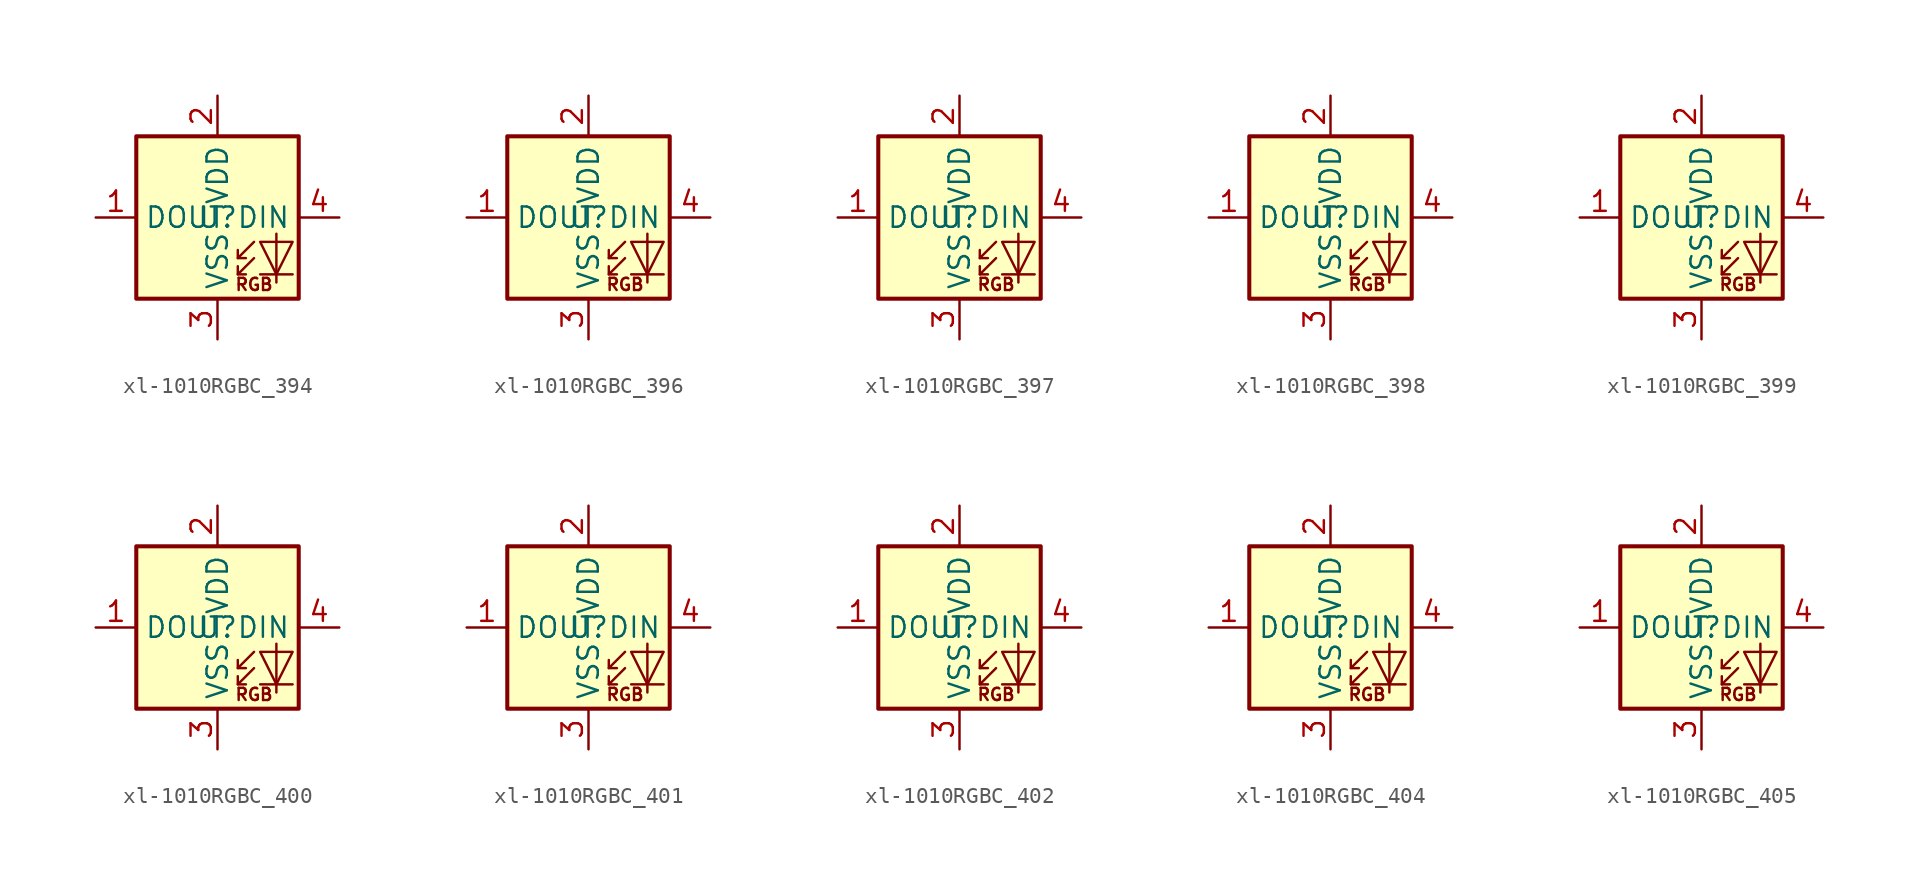
<source format=kicad_sym>
(kicad_symbol_lib
  (version 20231120)
  (generator "kicad_symbol_editor")
  (generator_version "8.0")
  (symbol "xl-1010RGBC_394"
    (property "Reference" "U"
      (at 0 0 0)
      (effects (font (size 1.27 1.27))))
    (property "Value" ""
      (at 0 0 0)
      (effects (font (size 1.27 1.27))))
    (symbol "xl-1010RGBC_394_0_0"
      (text "RGB" (at 2.286 -4.191 0) (effects (font (size 0.762 0.762)))))
    (symbol "xl-1010RGBC_394_0_1"
      (polyline (pts (xy 1.27 -3.556) (xy 1.778 -3.556)) (stroke (width 0) (type default)) (fill (type none)))
      (polyline (pts (xy 1.27 -2.54) (xy 1.778 -2.54)) (stroke (width 0) (type default)) (fill (type none)))
      (polyline (pts (xy 4.699 -3.556) (xy 2.667 -3.556)) (stroke (width 0) (type default)) (fill (type none)))
      (polyline (pts (xy 2.286 -2.54) (xy 1.27 -3.556) (xy 1.27 -3.048)) (stroke (width 0) (type default)) (fill (type none)))
      (polyline (pts (xy 2.286 -1.524) (xy 1.27 -2.54) (xy 1.27 -2.032)) (stroke (width 0) (type default)) (fill (type none)))
      (polyline (pts (xy 3.683 -1.016) (xy 3.683 -3.556) (xy 3.683 -4.064)) (stroke (width 0) (type default)) (fill (type none)))
      (polyline (pts (xy 4.699 -1.524) (xy 2.667 -1.524) (xy 3.683 -3.556) (xy 4.699 -1.524)) (stroke (width 0) (type default)) (fill (type none)))
      (rectangle (start 5.08 5.08) (end -5.08 -5.08) (stroke (width 0.254) (type default)) (fill (type background))))
    (symbol "xl-1010RGBC_394_1_1"
      (pin output line (at -7.62 0 0) (length 2.54) (name "DOUT" (effects (font (size 1.27 1.27)))) (number "1" (effects (font (size 1.27 1.27)))))
      (pin power_in line (at 0 7.62 270) (length 2.54) (name "VDD" (effects (font (size 1.27 1.27)))) (number "2" (effects (font (size 1.27 1.27)))))
      (pin power_in line (at 0 -7.62 90) (length 2.54) (name "VSS" (effects (font (size 1.27 1.27)))) (number "3" (effects (font (size 1.27 1.27)))))
      (pin input line (at 7.62 0 180) (length 2.54) (name "DIN" (effects (font (size 1.27 1.27)))) (number "4" (effects (font (size 1.27 1.27)))))))
  (symbol "xl-1010RGBC_396"
    (property "Reference" "U"
      (at 0 0 0)
      (effects (font (size 1.27 1.27))))
    (property "Value" ""
      (at 0 0 0)
      (effects (font (size 1.27 1.27))))
    (symbol "xl-1010RGBC_396_0_0"
      (text "RGB" (at 2.286 -4.191 0) (effects (font (size 0.762 0.762)))))
    (symbol "xl-1010RGBC_396_0_1"
      (polyline (pts (xy 1.27 -3.556) (xy 1.778 -3.556)) (stroke (width 0) (type default)) (fill (type none)))
      (polyline (pts (xy 1.27 -2.54) (xy 1.778 -2.54)) (stroke (width 0) (type default)) (fill (type none)))
      (polyline (pts (xy 4.699 -3.556) (xy 2.667 -3.556)) (stroke (width 0) (type default)) (fill (type none)))
      (polyline (pts (xy 2.286 -2.54) (xy 1.27 -3.556) (xy 1.27 -3.048)) (stroke (width 0) (type default)) (fill (type none)))
      (polyline (pts (xy 2.286 -1.524) (xy 1.27 -2.54) (xy 1.27 -2.032)) (stroke (width 0) (type default)) (fill (type none)))
      (polyline (pts (xy 3.683 -1.016) (xy 3.683 -3.556) (xy 3.683 -4.064)) (stroke (width 0) (type default)) (fill (type none)))
      (polyline (pts (xy 4.699 -1.524) (xy 2.667 -1.524) (xy 3.683 -3.556) (xy 4.699 -1.524)) (stroke (width 0) (type default)) (fill (type none)))
      (rectangle (start 5.08 5.08) (end -5.08 -5.08) (stroke (width 0.254) (type default)) (fill (type background))))
    (symbol "xl-1010RGBC_396_1_1"
      (pin output line (at -7.62 0 0) (length 2.54) (name "DOUT" (effects (font (size 1.27 1.27)))) (number "1" (effects (font (size 1.27 1.27)))))
      (pin power_in line (at 0 7.62 270) (length 2.54) (name "VDD" (effects (font (size 1.27 1.27)))) (number "2" (effects (font (size 1.27 1.27)))))
      (pin power_in line (at 0 -7.62 90) (length 2.54) (name "VSS" (effects (font (size 1.27 1.27)))) (number "3" (effects (font (size 1.27 1.27)))))
      (pin input line (at 7.62 0 180) (length 2.54) (name "DIN" (effects (font (size 1.27 1.27)))) (number "4" (effects (font (size 1.27 1.27)))))))
  (symbol "xl-1010RGBC_397"
    (property "Reference" "U"
      (at 0 0 0)
      (effects (font (size 1.27 1.27))))
    (property "Value" ""
      (at 0 0 0)
      (effects (font (size 1.27 1.27))))
    (symbol "xl-1010RGBC_397_0_0"
      (text "RGB" (at 2.286 -4.191 0) (effects (font (size 0.762 0.762)))))
    (symbol "xl-1010RGBC_397_0_1"
      (polyline (pts (xy 1.27 -3.556) (xy 1.778 -3.556)) (stroke (width 0) (type default)) (fill (type none)))
      (polyline (pts (xy 1.27 -2.54) (xy 1.778 -2.54)) (stroke (width 0) (type default)) (fill (type none)))
      (polyline (pts (xy 4.699 -3.556) (xy 2.667 -3.556)) (stroke (width 0) (type default)) (fill (type none)))
      (polyline (pts (xy 2.286 -2.54) (xy 1.27 -3.556) (xy 1.27 -3.048)) (stroke (width 0) (type default)) (fill (type none)))
      (polyline (pts (xy 2.286 -1.524) (xy 1.27 -2.54) (xy 1.27 -2.032)) (stroke (width 0) (type default)) (fill (type none)))
      (polyline (pts (xy 3.683 -1.016) (xy 3.683 -3.556) (xy 3.683 -4.064)) (stroke (width 0) (type default)) (fill (type none)))
      (polyline (pts (xy 4.699 -1.524) (xy 2.667 -1.524) (xy 3.683 -3.556) (xy 4.699 -1.524)) (stroke (width 0) (type default)) (fill (type none)))
      (rectangle (start 5.08 5.08) (end -5.08 -5.08) (stroke (width 0.254) (type default)) (fill (type background))))
    (symbol "xl-1010RGBC_397_1_1"
      (pin output line (at -7.62 0 0) (length 2.54) (name "DOUT" (effects (font (size 1.27 1.27)))) (number "1" (effects (font (size 1.27 1.27)))))
      (pin power_in line (at 0 7.62 270) (length 2.54) (name "VDD" (effects (font (size 1.27 1.27)))) (number "2" (effects (font (size 1.27 1.27)))))
      (pin power_in line (at 0 -7.62 90) (length 2.54) (name "VSS" (effects (font (size 1.27 1.27)))) (number "3" (effects (font (size 1.27 1.27)))))
      (pin input line (at 7.62 0 180) (length 2.54) (name "DIN" (effects (font (size 1.27 1.27)))) (number "4" (effects (font (size 1.27 1.27)))))))
  (symbol "xl-1010RGBC_398"
    (property "Reference" "U"
      (at 0 0 0)
      (effects (font (size 1.27 1.27))))
    (property "Value" ""
      (at 0 0 0)
      (effects (font (size 1.27 1.27))))
    (symbol "xl-1010RGBC_398_0_0"
      (text "RGB" (at 2.286 -4.191 0) (effects (font (size 0.762 0.762)))))
    (symbol "xl-1010RGBC_398_0_1"
      (polyline (pts (xy 1.27 -3.556) (xy 1.778 -3.556)) (stroke (width 0) (type default)) (fill (type none)))
      (polyline (pts (xy 1.27 -2.54) (xy 1.778 -2.54)) (stroke (width 0) (type default)) (fill (type none)))
      (polyline (pts (xy 4.699 -3.556) (xy 2.667 -3.556)) (stroke (width 0) (type default)) (fill (type none)))
      (polyline (pts (xy 2.286 -2.54) (xy 1.27 -3.556) (xy 1.27 -3.048)) (stroke (width 0) (type default)) (fill (type none)))
      (polyline (pts (xy 2.286 -1.524) (xy 1.27 -2.54) (xy 1.27 -2.032)) (stroke (width 0) (type default)) (fill (type none)))
      (polyline (pts (xy 3.683 -1.016) (xy 3.683 -3.556) (xy 3.683 -4.064)) (stroke (width 0) (type default)) (fill (type none)))
      (polyline (pts (xy 4.699 -1.524) (xy 2.667 -1.524) (xy 3.683 -3.556) (xy 4.699 -1.524)) (stroke (width 0) (type default)) (fill (type none)))
      (rectangle (start 5.08 5.08) (end -5.08 -5.08) (stroke (width 0.254) (type default)) (fill (type background))))
    (symbol "xl-1010RGBC_398_1_1"
      (pin output line (at -7.62 0 0) (length 2.54) (name "DOUT" (effects (font (size 1.27 1.27)))) (number "1" (effects (font (size 1.27 1.27)))))
      (pin power_in line (at 0 7.62 270) (length 2.54) (name "VDD" (effects (font (size 1.27 1.27)))) (number "2" (effects (font (size 1.27 1.27)))))
      (pin power_in line (at 0 -7.62 90) (length 2.54) (name "VSS" (effects (font (size 1.27 1.27)))) (number "3" (effects (font (size 1.27 1.27)))))
      (pin input line (at 7.62 0 180) (length 2.54) (name "DIN" (effects (font (size 1.27 1.27)))) (number "4" (effects (font (size 1.27 1.27)))))))
  (symbol "xl-1010RGBC_399"
    (property "Reference" "U"
      (at 0 0 0)
      (effects (font (size 1.27 1.27))))
    (property "Value" ""
      (at 0 0 0)
      (effects (font (size 1.27 1.27))))
    (symbol "xl-1010RGBC_399_0_0"
      (text "RGB" (at 2.286 -4.191 0) (effects (font (size 0.762 0.762)))))
    (symbol "xl-1010RGBC_399_0_1"
      (polyline (pts (xy 1.27 -3.556) (xy 1.778 -3.556)) (stroke (width 0) (type default)) (fill (type none)))
      (polyline (pts (xy 1.27 -2.54) (xy 1.778 -2.54)) (stroke (width 0) (type default)) (fill (type none)))
      (polyline (pts (xy 4.699 -3.556) (xy 2.667 -3.556)) (stroke (width 0) (type default)) (fill (type none)))
      (polyline (pts (xy 2.286 -2.54) (xy 1.27 -3.556) (xy 1.27 -3.048)) (stroke (width 0) (type default)) (fill (type none)))
      (polyline (pts (xy 2.286 -1.524) (xy 1.27 -2.54) (xy 1.27 -2.032)) (stroke (width 0) (type default)) (fill (type none)))
      (polyline (pts (xy 3.683 -1.016) (xy 3.683 -3.556) (xy 3.683 -4.064)) (stroke (width 0) (type default)) (fill (type none)))
      (polyline (pts (xy 4.699 -1.524) (xy 2.667 -1.524) (xy 3.683 -3.556) (xy 4.699 -1.524)) (stroke (width 0) (type default)) (fill (type none)))
      (rectangle (start 5.08 5.08) (end -5.08 -5.08) (stroke (width 0.254) (type default)) (fill (type background))))
    (symbol "xl-1010RGBC_399_1_1"
      (pin output line (at -7.62 0 0) (length 2.54) (name "DOUT" (effects (font (size 1.27 1.27)))) (number "1" (effects (font (size 1.27 1.27)))))
      (pin power_in line (at 0 7.62 270) (length 2.54) (name "VDD" (effects (font (size 1.27 1.27)))) (number "2" (effects (font (size 1.27 1.27)))))
      (pin power_in line (at 0 -7.62 90) (length 2.54) (name "VSS" (effects (font (size 1.27 1.27)))) (number "3" (effects (font (size 1.27 1.27)))))
      (pin input line (at 7.62 0 180) (length 2.54) (name "DIN" (effects (font (size 1.27 1.27)))) (number "4" (effects (font (size 1.27 1.27)))))))
  (symbol "xl-1010RGBC_400"
    (property "Reference" "U"
      (at 0 0 0)
      (effects (font (size 1.27 1.27))))
    (property "Value" ""
      (at 0 0 0)
      (effects (font (size 1.27 1.27))))
    (symbol "xl-1010RGBC_400_0_0"
      (text "RGB" (at 2.286 -4.191 0) (effects (font (size 0.762 0.762)))))
    (symbol "xl-1010RGBC_400_0_1"
      (polyline (pts (xy 1.27 -3.556) (xy 1.778 -3.556)) (stroke (width 0) (type default)) (fill (type none)))
      (polyline (pts (xy 1.27 -2.54) (xy 1.778 -2.54)) (stroke (width 0) (type default)) (fill (type none)))
      (polyline (pts (xy 4.699 -3.556) (xy 2.667 -3.556)) (stroke (width 0) (type default)) (fill (type none)))
      (polyline (pts (xy 2.286 -2.54) (xy 1.27 -3.556) (xy 1.27 -3.048)) (stroke (width 0) (type default)) (fill (type none)))
      (polyline (pts (xy 2.286 -1.524) (xy 1.27 -2.54) (xy 1.27 -2.032)) (stroke (width 0) (type default)) (fill (type none)))
      (polyline (pts (xy 3.683 -1.016) (xy 3.683 -3.556) (xy 3.683 -4.064)) (stroke (width 0) (type default)) (fill (type none)))
      (polyline (pts (xy 4.699 -1.524) (xy 2.667 -1.524) (xy 3.683 -3.556) (xy 4.699 -1.524)) (stroke (width 0) (type default)) (fill (type none)))
      (rectangle (start 5.08 5.08) (end -5.08 -5.08) (stroke (width 0.254) (type default)) (fill (type background))))
    (symbol "xl-1010RGBC_400_1_1"
      (pin output line (at -7.62 0 0) (length 2.54) (name "DOUT" (effects (font (size 1.27 1.27)))) (number "1" (effects (font (size 1.27 1.27)))))
      (pin power_in line (at 0 7.62 270) (length 2.54) (name "VDD" (effects (font (size 1.27 1.27)))) (number "2" (effects (font (size 1.27 1.27)))))
      (pin power_in line (at 0 -7.62 90) (length 2.54) (name "VSS" (effects (font (size 1.27 1.27)))) (number "3" (effects (font (size 1.27 1.27)))))
      (pin input line (at 7.62 0 180) (length 2.54) (name "DIN" (effects (font (size 1.27 1.27)))) (number "4" (effects (font (size 1.27 1.27)))))))
  (symbol "xl-1010RGBC_401"
    (property "Reference" "U"
      (at 0 0 0)
      (effects (font (size 1.27 1.27))))
    (property "Value" ""
      (at 0 0 0)
      (effects (font (size 1.27 1.27))))
    (symbol "xl-1010RGBC_401_0_0"
      (text "RGB" (at 2.286 -4.191 0) (effects (font (size 0.762 0.762)))))
    (symbol "xl-1010RGBC_401_0_1"
      (polyline (pts (xy 1.27 -3.556) (xy 1.778 -3.556)) (stroke (width 0) (type default)) (fill (type none)))
      (polyline (pts (xy 1.27 -2.54) (xy 1.778 -2.54)) (stroke (width 0) (type default)) (fill (type none)))
      (polyline (pts (xy 4.699 -3.556) (xy 2.667 -3.556)) (stroke (width 0) (type default)) (fill (type none)))
      (polyline (pts (xy 2.286 -2.54) (xy 1.27 -3.556) (xy 1.27 -3.048)) (stroke (width 0) (type default)) (fill (type none)))
      (polyline (pts (xy 2.286 -1.524) (xy 1.27 -2.54) (xy 1.27 -2.032)) (stroke (width 0) (type default)) (fill (type none)))
      (polyline (pts (xy 3.683 -1.016) (xy 3.683 -3.556) (xy 3.683 -4.064)) (stroke (width 0) (type default)) (fill (type none)))
      (polyline (pts (xy 4.699 -1.524) (xy 2.667 -1.524) (xy 3.683 -3.556) (xy 4.699 -1.524)) (stroke (width 0) (type default)) (fill (type none)))
      (rectangle (start 5.08 5.08) (end -5.08 -5.08) (stroke (width 0.254) (type default)) (fill (type background))))
    (symbol "xl-1010RGBC_401_1_1"
      (pin output line (at -7.62 0 0) (length 2.54) (name "DOUT" (effects (font (size 1.27 1.27)))) (number "1" (effects (font (size 1.27 1.27)))))
      (pin power_in line (at 0 7.62 270) (length 2.54) (name "VDD" (effects (font (size 1.27 1.27)))) (number "2" (effects (font (size 1.27 1.27)))))
      (pin power_in line (at 0 -7.62 90) (length 2.54) (name "VSS" (effects (font (size 1.27 1.27)))) (number "3" (effects (font (size 1.27 1.27)))))
      (pin input line (at 7.62 0 180) (length 2.54) (name "DIN" (effects (font (size 1.27 1.27)))) (number "4" (effects (font (size 1.27 1.27)))))))
  (symbol "xl-1010RGBC_402"
    (property "Reference" "U"
      (at 0 0 0)
      (effects (font (size 1.27 1.27))))
    (property "Value" ""
      (at 0 0 0)
      (effects (font (size 1.27 1.27))))
    (symbol "xl-1010RGBC_402_0_0"
      (text "RGB" (at 2.286 -4.191 0) (effects (font (size 0.762 0.762)))))
    (symbol "xl-1010RGBC_402_0_1"
      (polyline (pts (xy 1.27 -3.556) (xy 1.778 -3.556)) (stroke (width 0) (type default)) (fill (type none)))
      (polyline (pts (xy 1.27 -2.54) (xy 1.778 -2.54)) (stroke (width 0) (type default)) (fill (type none)))
      (polyline (pts (xy 4.699 -3.556) (xy 2.667 -3.556)) (stroke (width 0) (type default)) (fill (type none)))
      (polyline (pts (xy 2.286 -2.54) (xy 1.27 -3.556) (xy 1.27 -3.048)) (stroke (width 0) (type default)) (fill (type none)))
      (polyline (pts (xy 2.286 -1.524) (xy 1.27 -2.54) (xy 1.27 -2.032)) (stroke (width 0) (type default)) (fill (type none)))
      (polyline (pts (xy 3.683 -1.016) (xy 3.683 -3.556) (xy 3.683 -4.064)) (stroke (width 0) (type default)) (fill (type none)))
      (polyline (pts (xy 4.699 -1.524) (xy 2.667 -1.524) (xy 3.683 -3.556) (xy 4.699 -1.524)) (stroke (width 0) (type default)) (fill (type none)))
      (rectangle (start 5.08 5.08) (end -5.08 -5.08) (stroke (width 0.254) (type default)) (fill (type background))))
    (symbol "xl-1010RGBC_402_1_1"
      (pin output line (at -7.62 0 0) (length 2.54) (name "DOUT" (effects (font (size 1.27 1.27)))) (number "1" (effects (font (size 1.27 1.27)))))
      (pin power_in line (at 0 7.62 270) (length 2.54) (name "VDD" (effects (font (size 1.27 1.27)))) (number "2" (effects (font (size 1.27 1.27)))))
      (pin power_in line (at 0 -7.62 90) (length 2.54) (name "VSS" (effects (font (size 1.27 1.27)))) (number "3" (effects (font (size 1.27 1.27)))))
      (pin input line (at 7.62 0 180) (length 2.54) (name "DIN" (effects (font (size 1.27 1.27)))) (number "4" (effects (font (size 1.27 1.27)))))))
  (symbol "xl-1010RGBC_404"
    (property "Reference" "U"
      (at 0 0 0)
      (effects (font (size 1.27 1.27))))
    (property "Value" ""
      (at 0 0 0)
      (effects (font (size 1.27 1.27))))
    (symbol "xl-1010RGBC_404_0_0"
      (text "RGB" (at 2.286 -4.191 0) (effects (font (size 0.762 0.762)))))
    (symbol "xl-1010RGBC_404_0_1"
      (polyline (pts (xy 1.27 -3.556) (xy 1.778 -3.556)) (stroke (width 0) (type default)) (fill (type none)))
      (polyline (pts (xy 1.27 -2.54) (xy 1.778 -2.54)) (stroke (width 0) (type default)) (fill (type none)))
      (polyline (pts (xy 4.699 -3.556) (xy 2.667 -3.556)) (stroke (width 0) (type default)) (fill (type none)))
      (polyline (pts (xy 2.286 -2.54) (xy 1.27 -3.556) (xy 1.27 -3.048)) (stroke (width 0) (type default)) (fill (type none)))
      (polyline (pts (xy 2.286 -1.524) (xy 1.27 -2.54) (xy 1.27 -2.032)) (stroke (width 0) (type default)) (fill (type none)))
      (polyline (pts (xy 3.683 -1.016) (xy 3.683 -3.556) (xy 3.683 -4.064)) (stroke (width 0) (type default)) (fill (type none)))
      (polyline (pts (xy 4.699 -1.524) (xy 2.667 -1.524) (xy 3.683 -3.556) (xy 4.699 -1.524)) (stroke (width 0) (type default)) (fill (type none)))
      (rectangle (start 5.08 5.08) (end -5.08 -5.08) (stroke (width 0.254) (type default)) (fill (type background))))
    (symbol "xl-1010RGBC_404_1_1"
      (pin output line (at -7.62 0 0) (length 2.54) (name "DOUT" (effects (font (size 1.27 1.27)))) (number "1" (effects (font (size 1.27 1.27)))))
      (pin power_in line (at 0 7.62 270) (length 2.54) (name "VDD" (effects (font (size 1.27 1.27)))) (number "2" (effects (font (size 1.27 1.27)))))
      (pin power_in line (at 0 -7.62 90) (length 2.54) (name "VSS" (effects (font (size 1.27 1.27)))) (number "3" (effects (font (size 1.27 1.27)))))
      (pin input line (at 7.62 0 180) (length 2.54) (name "DIN" (effects (font (size 1.27 1.27)))) (number "4" (effects (font (size 1.27 1.27)))))))
  (symbol "xl-1010RGBC_405"
    (property "Reference" "U"
      (at 0 0 0)
      (effects (font (size 1.27 1.27))))
    (property "Value" ""
      (at 0 0 0)
      (effects (font (size 1.27 1.27))))
    (symbol "xl-1010RGBC_405_0_0"
      (text "RGB" (at 2.286 -4.191 0) (effects (font (size 0.762 0.762)))))
    (symbol "xl-1010RGBC_405_0_1"
      (polyline (pts (xy 1.27 -3.556) (xy 1.778 -3.556)) (stroke (width 0) (type default)) (fill (type none)))
      (polyline (pts (xy 1.27 -2.54) (xy 1.778 -2.54)) (stroke (width 0) (type default)) (fill (type none)))
      (polyline (pts (xy 4.699 -3.556) (xy 2.667 -3.556)) (stroke (width 0) (type default)) (fill (type none)))
      (polyline (pts (xy 2.286 -2.54) (xy 1.27 -3.556) (xy 1.27 -3.048)) (stroke (width 0) (type default)) (fill (type none)))
      (polyline (pts (xy 2.286 -1.524) (xy 1.27 -2.54) (xy 1.27 -2.032)) (stroke (width 0) (type default)) (fill (type none)))
      (polyline (pts (xy 3.683 -1.016) (xy 3.683 -3.556) (xy 3.683 -4.064)) (stroke (width 0) (type default)) (fill (type none)))
      (polyline (pts (xy 4.699 -1.524) (xy 2.667 -1.524) (xy 3.683 -3.556) (xy 4.699 -1.524)) (stroke (width 0) (type default)) (fill (type none)))
      (rectangle (start 5.08 5.08) (end -5.08 -5.08) (stroke (width 0.254) (type default)) (fill (type background))))
    (symbol "xl-1010RGBC_405_1_1"
      (pin output line (at -7.62 0 0) (length 2.54) (name "DOUT" (effects (font (size 1.27 1.27)))) (number "1" (effects (font (size 1.27 1.27)))))
      (pin power_in line (at 0 7.62 270) (length 2.54) (name "VDD" (effects (font (size 1.27 1.27)))) (number "2" (effects (font (size 1.27 1.27)))))
      (pin power_in line (at 0 -7.62 90) (length 2.54) (name "VSS" (effects (font (size 1.27 1.27)))) (number "3" (effects (font (size 1.27 1.27)))))
      (pin input line (at 7.62 0 180) (length 2.54) (name "DIN" (effects (font (size 1.27 1.27)))) (number "4" (effects (font (size 1.27 1.27))))))))
</source>
